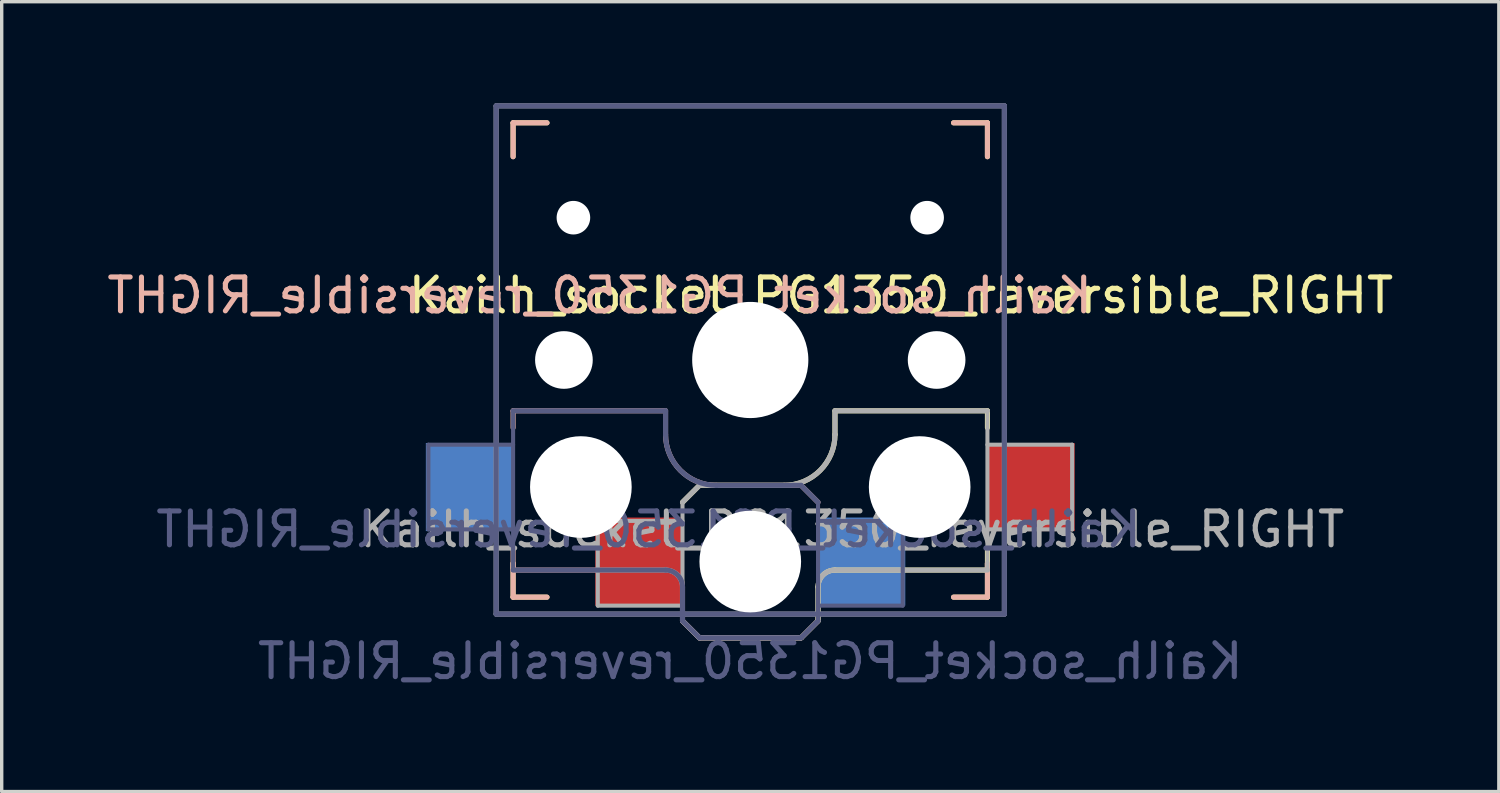
<source format=kicad_pcb>
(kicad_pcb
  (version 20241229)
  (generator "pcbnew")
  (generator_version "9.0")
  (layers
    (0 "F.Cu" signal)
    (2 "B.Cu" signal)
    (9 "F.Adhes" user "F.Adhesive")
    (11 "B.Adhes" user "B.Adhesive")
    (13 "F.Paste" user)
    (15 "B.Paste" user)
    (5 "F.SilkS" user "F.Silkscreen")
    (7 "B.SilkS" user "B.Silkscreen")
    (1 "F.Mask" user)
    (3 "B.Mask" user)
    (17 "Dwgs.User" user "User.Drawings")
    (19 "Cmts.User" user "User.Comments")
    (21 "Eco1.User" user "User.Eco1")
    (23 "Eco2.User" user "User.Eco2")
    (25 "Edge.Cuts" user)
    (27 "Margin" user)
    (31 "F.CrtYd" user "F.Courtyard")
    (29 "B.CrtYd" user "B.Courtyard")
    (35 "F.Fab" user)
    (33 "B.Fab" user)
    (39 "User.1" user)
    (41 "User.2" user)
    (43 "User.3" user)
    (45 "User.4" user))
  (footprint "Kailh_socket_PG1350_reversible_RIGHT"
    (layer "F.Cu")
    (at 19.094 7.575)
    (property "Reference" "Kailh_socket_PG1350_reversible_RIGHT" (at 4.445 -1.905 0) (layer "F.SilkS") (effects (font (size 1 1) (thickness 0.15))))
    (property "Value" "Kailh_socket_PG1350_reversible_RIGHT" (at 0 8.89 0) (layer "F.Fab") (hide yes) (effects (font (size 1 1) (thickness 0.15))))
    (attr smd)
    (fp_line (start -7 -7) (end -6 -7) (stroke (width 0.15) (type solid)) (layer "F.SilkS"))
    (fp_line (start -7 -6) (end -7 -7) (stroke (width 0.15) (type solid)) (layer "F.SilkS"))
    (fp_line (start -7 7) (end -7 6) (stroke (width 0.15) (type solid)) (layer "F.SilkS"))
    (fp_line (start -6 7) (end -7 7) (stroke (width 0.15) (type solid)) (layer "F.SilkS"))
    (fp_line (start -2 4.2) (end -1.5 3.7) (stroke (width 0.15) (type solid)) (layer "F.SilkS"))
    (fp_line (start -2 7.7) (end -1.5 8.2) (stroke (width 0.15) (type solid)) (layer "F.SilkS"))
    (fp_line (start -1.5 3.7) (end 1 3.7) (stroke (width 0.15) (type solid)) (layer "F.SilkS"))
    (fp_line (start -1.5 8.2) (end 1.5 8.2) (stroke (width 0.15) (type solid)) (layer "F.SilkS"))
    (fp_line (start 1.5 8.2) (end 2 7.7) (stroke (width 0.15) (type solid)) (layer "F.SilkS"))
    (fp_line (start 2 6.7) (end 2 7.7) (stroke (width 0.15) (type solid)) (layer "F.SilkS"))
    (fp_line (start 2.5 1.5) (end 7 1.5) (stroke (width 0.15) (type solid)) (layer "F.SilkS"))
    (fp_line (start 2.5 2.2) (end 2.5 1.5) (stroke (width 0.15) (type solid)) (layer "F.SilkS"))
    (fp_line (start 6 -7) (end 7 -7) (stroke (width 0.15) (type solid)) (layer "F.SilkS"))
    (fp_line (start 7 -7) (end 7 -6) (stroke (width 0.15) (type solid)) (layer "F.SilkS"))
    (fp_line (start 7 1.5) (end 7 2) (stroke (width 0.15) (type solid)) (layer "F.SilkS"))
    (fp_line (start 7 5.6) (end 7 6.2) (stroke (width 0.15) (type solid)) (layer "F.SilkS"))
    (fp_line (start 7 6) (end 7 7) (stroke (width 0.15) (type solid)) (layer "F.SilkS"))
    (fp_line (start 7 6.2) (end 2.5 6.2) (stroke (width 0.15) (type solid)) (layer "F.SilkS"))
    (fp_line (start 7 7) (end 6 7) (stroke (width 0.15) (type solid)) (layer "F.SilkS"))
    (fp_arc (start 2 6.7) (mid 2.146447 6.346447) (end 2.5 6.2) (stroke (width 0.15) (type solid)) (layer "F.SilkS"))
    (fp_arc (start 2.5 2.2) (mid 2.06066 3.26066) (end 1 3.7) (stroke (width 0.15) (type solid)) (layer "F.SilkS"))
    (fp_line (start -7 -7) (end -6 -7) (stroke (width 0.15) (type solid)) (layer "B.SilkS"))
    (fp_line (start -7 -6) (end -7 -7) (stroke (width 0.15) (type solid)) (layer "B.SilkS"))
    (fp_line (start -7 1.5) (end -7 2) (stroke (width 0.15) (type solid)) (layer "B.SilkS"))
    (fp_line (start -7 5.6) (end -7 6.2) (stroke (width 0.15) (type solid)) (layer "B.SilkS"))
    (fp_line (start -7 6.2) (end -2.5 6.2) (stroke (width 0.15) (type solid)) (layer "B.SilkS"))
    (fp_line (start -7 7) (end -7 6) (stroke (width 0.15) (type solid)) (layer "B.SilkS"))
    (fp_line (start -6 7) (end -7 7) (stroke (width 0.15) (type solid)) (layer "B.SilkS"))
    (fp_line (start -2.5 1.5) (end -7 1.5) (stroke (width 0.15) (type solid)) (layer "B.SilkS"))
    (fp_line (start -2.5 2.2) (end -2.5 1.5) (stroke (width 0.15) (type solid)) (layer "B.SilkS"))
    (fp_line (start -2 6.7) (end -2 7.7) (stroke (width 0.15) (type solid)) (layer "B.SilkS"))
    (fp_line (start -1.5 8.2) (end -2 7.7) (stroke (width 0.15) (type solid)) (layer "B.SilkS"))
    (fp_line (start 1.5 3.7) (end -1 3.7) (stroke (width 0.15) (type solid)) (layer "B.SilkS"))
    (fp_line (start 1.5 8.2) (end -1.5 8.2) (stroke (width 0.15) (type solid)) (layer "B.SilkS"))
    (fp_line (start 2 4.2) (end 1.5 3.7) (stroke (width 0.15) (type solid)) (layer "B.SilkS"))
    (fp_line (start 2 7.7) (end 1.5 8.2) (stroke (width 0.15) (type solid)) (layer "B.SilkS"))
    (fp_line (start 6 -7) (end 7 -7) (stroke (width 0.15) (type solid)) (layer "B.SilkS"))
    (fp_line (start 7 -7) (end 7 -6) (stroke (width 0.15) (type solid)) (layer "B.SilkS"))
    (fp_line (start 7 6) (end 7 7) (stroke (width 0.15) (type solid)) (layer "B.SilkS"))
    (fp_line (start 7 7) (end 6 7) (stroke (width 0.15) (type solid)) (layer "B.SilkS"))
    (fp_arc (start -2.5 6.2) (mid -2.146447 6.346447) (end -2 6.7) (stroke (width 0.15) (type solid)) (layer "B.SilkS"))
    (fp_arc (start -1 3.7) (mid -2.06066 3.26066) (end -2.5 2.2) (stroke (width 0.15) (type solid)) (layer "B.SilkS"))
    (fp_line (start -6.9 6.9) (end -6.9 -6.9) (stroke (width 0.15) (type solid)) (layer "Eco2.User"))
    (fp_line (start -6.9 6.9) (end 6.9 6.9) (stroke (width 0.15) (type solid)) (layer "Eco2.User"))
    (fp_line (start -2.6 -3.1) (end -2.6 -6.3) (stroke (width 0.15) (type solid)) (layer "Eco2.User"))
    (fp_line (start -2.6 -3.1) (end 2.6 -3.1) (stroke (width 0.15) (type solid)) (layer "Eco2.User"))
    (fp_line (start 2.6 -6.3) (end -2.6 -6.3) (stroke (width 0.15) (type solid)) (layer "Eco2.User"))
    (fp_line (start 2.6 -3.1) (end 2.6 -6.3) (stroke (width 0.15) (type solid)) (layer "Eco2.User"))
    (fp_line (start 6.9 -6.9) (end -6.9 -6.9) (stroke (width 0.15) (type solid)) (layer "Eco2.User"))
    (fp_line (start 6.9 -6.9) (end 6.9 6.9) (stroke (width 0.15) (type solid)) (layer "Eco2.User"))
    (fp_line (start -9.5 2.5) (end -7 2.5) (stroke (width 0.12) (type solid)) (layer "B.Fab"))
    (fp_line (start -9.5 5) (end -9.5 2.5) (stroke (width 0.12) (type solid)) (layer "B.Fab"))
    (fp_line (start -7.5 -7.5) (end 7.5 -7.5) (stroke (width 0.15) (type solid)) (layer "B.Fab"))
    (fp_line (start -7.5 7.5) (end -7.5 -7.5) (stroke (width 0.15) (type solid)) (layer "B.Fab"))
    (fp_line (start -7 1.5) (end -7 6.2) (stroke (width 0.12) (type solid)) (layer "B.Fab"))
    (fp_line (start -7 5) (end -9.5 5) (stroke (width 0.12) (type solid)) (layer "B.Fab"))
    (fp_line (start -7 6.2) (end -2.5 6.2) (stroke (width 0.15) (type solid)) (layer "B.Fab"))
    (fp_line (start -2.5 1.5) (end -7 1.5) (stroke (width 0.15) (type solid)) (layer "B.Fab"))
    (fp_line (start -2.5 2.2) (end -2.5 1.5) (stroke (width 0.15) (type solid)) (layer "B.Fab"))
    (fp_line (start -2 6.7) (end -2 7.7) (stroke (width 0.15) (type solid)) (layer "B.Fab"))
    (fp_line (start -1.5 8.2) (end -2 7.7) (stroke (width 0.15) (type solid)) (layer "B.Fab"))
    (fp_line (start 1.5 3.7) (end -1 3.7) (stroke (width 0.15) (type solid)) (layer "B.Fab"))
    (fp_line (start 1.5 8.2) (end -1.5 8.2) (stroke (width 0.15) (type solid)) (layer "B.Fab"))
    (fp_line (start 2 4.2) (end 1.5 3.7) (stroke (width 0.15) (type solid)) (layer "B.Fab"))
    (fp_line (start 2 4.25) (end 2 7.7) (stroke (width 0.12) (type solid)) (layer "B.Fab"))
    (fp_line (start 2 4.75) (end 4.5 4.75) (stroke (width 0.12) (type solid)) (layer "B.Fab"))
    (fp_line (start 2 7.7) (end 1.5 8.2) (stroke (width 0.15) (type solid)) (layer "B.Fab"))
    (fp_line (start 4.5 4.75) (end 4.5 7.25) (stroke (width 0.12) (type solid)) (layer "B.Fab"))
    (fp_line (start 4.5 7.25) (end 2 7.25) (stroke (width 0.12) (type solid)) (layer "B.Fab"))
    (fp_line (start 7.5 -7.5) (end 7.5 7.5) (stroke (width 0.15) (type solid)) (layer "B.Fab"))
    (fp_line (start 7.5 7.5) (end -7.5 7.5) (stroke (width 0.15) (type solid)) (layer "B.Fab"))
    (fp_arc (start -2.5 6.2) (mid -2.146447 6.346447) (end -2 6.7) (stroke (width 0.15) (type solid)) (layer "B.Fab"))
    (fp_arc (start -1 3.7) (mid -2.06066 3.26066) (end -2.5 2.2) (stroke (width 0.15) (type solid)) (layer "B.Fab"))
    (fp_line (start -7.5 -7.5) (end 7.5 -7.5) (stroke (width 0.15) (type solid)) (layer "F.Fab"))
    (fp_line (start -7.5 7.5) (end -7.5 -7.5) (stroke (width 0.15) (type solid)) (layer "F.Fab"))
    (fp_line (start -4.5 4.75) (end -4.5 7.25) (stroke (width 0.12) (type solid)) (layer "F.Fab"))
    (fp_line (start -4.5 7.25) (end -2 7.25) (stroke (width 0.12) (type solid)) (layer "F.Fab"))
    (fp_line (start -2 4.2) (end -1.5 3.7) (stroke (width 0.15) (type solid)) (layer "F.Fab"))
    (fp_line (start -2 4.25) (end -2 7.7) (stroke (width 0.12) (type solid)) (layer "F.Fab"))
    (fp_line (start -2 4.75) (end -4.5 4.75) (stroke (width 0.12) (type solid)) (layer "F.Fab"))
    (fp_line (start -2 7.7) (end -1.5 8.2) (stroke (width 0.15) (type solid)) (layer "F.Fab"))
    (fp_line (start -1.5 3.7) (end 1 3.7) (stroke (width 0.15) (type solid)) (layer "F.Fab"))
    (fp_line (start -1.5 8.2) (end 1.5 8.2) (stroke (width 0.15) (type solid)) (layer "F.Fab"))
    (fp_line (start 1.5 8.2) (end 2 7.7) (stroke (width 0.15) (type solid)) (layer "F.Fab"))
    (fp_line (start 2 6.7) (end 2 7.7) (stroke (width 0.15) (type solid)) (layer "F.Fab"))
    (fp_line (start 2.5 1.5) (end 7 1.5) (stroke (width 0.15) (type solid)) (layer "F.Fab"))
    (fp_line (start 2.5 2.2) (end 2.5 1.5) (stroke (width 0.15) (type solid)) (layer "F.Fab"))
    (fp_line (start 7 1.5) (end 7 6.2) (stroke (width 0.12) (type solid)) (layer "F.Fab"))
    (fp_line (start 7 5) (end 9.5 5) (stroke (width 0.12) (type solid)) (layer "F.Fab"))
    (fp_line (start 7 6.2) (end 2.5 6.2) (stroke (width 0.15) (type solid)) (layer "F.Fab"))
    (fp_line (start 7.5 -7.5) (end 7.5 7.5) (stroke (width 0.15) (type solid)) (layer "F.Fab"))
    (fp_line (start 7.5 7.5) (end -7.5 7.5) (stroke (width 0.15) (type solid)) (layer "F.Fab"))
    (fp_line (start 9.5 2.5) (end 7 2.5) (stroke (width 0.12) (type solid)) (layer "F.Fab"))
    (fp_line (start 9.5 5) (end 9.5 2.5) (stroke (width 0.12) (type solid)) (layer "F.Fab"))
    (fp_arc (start 2 6.7) (mid 2.146447 6.346447) (end 2.5 6.2) (stroke (width 0.15) (type solid)) (layer "F.Fab"))
    (fp_arc (start 2.5 2.2) (mid 2.06066 3.26066) (end 1 3.7) (stroke (width 0.15) (type solid)) (layer "F.Fab"))
    (fp_text user "${REFERENCE}" (at -4.445 -1.905 0) (layer "B.SilkS") (effects (font (size 1 1) (thickness 0.15)) (justify mirror)))
    (fp_text user "${REFERENCE}" (at -3 5 0) (layer "B.Fab") (effects (font (size 1 1) (thickness 0.15)) (justify mirror)))
    (fp_text user "${VALUE}" (at 0 8.89 0) (layer "B.Fab") (effects (font (size 1 1) (thickness 0.15)) (justify mirror)))
    (fp_text user "${REFERENCE}" (at 3 5 180) (layer "F.Fab") (effects (font (size 1 1) (thickness 0.15))))
    (pad "" np_thru_hole circle (at -5.5 0) (size 1.702 1.702) (drill 1.702) (layers "*.Cu" "*.Mask"))
    (pad "" np_thru_hole circle (at -5.22 -4.2) (size 0.991 0.991) (drill 0.991) (layers "*.Cu" "*.Mask"))
    (pad "" np_thru_hole circle (at -5 3.75) (size 3 3) (drill 3) (layers "*.Cu" "*.Mask"))
    (pad "" np_thru_hole circle (at 0 0) (size 3.429 3.429) (drill 3.429) (layers "*.Cu" "*.Mask"))
    (pad "" np_thru_hole circle (at 0 5.95) (size 3 3) (drill 3) (layers "*.Cu" "*.Mask"))
    (pad "" np_thru_hole circle (at 5 3.75) (size 3 3) (drill 3) (layers "*.Cu" "*.Mask"))
    (pad "" np_thru_hole circle (at 5.22 -4.2) (size 0.991 0.991) (drill 0.991) (layers "*.Cu" "*.Mask"))
    (pad "" np_thru_hole circle (at 5.5 0) (size 1.702 1.702) (drill 1.702) (layers "*.Cu" "*.Mask"))
    (pad "1" smd rect (at -3.275 5.95) (size 2.6 2.6) (layers "F.Cu" "F.Mask" "F.Paste"))
    (pad "1" smd rect (at 3.275 5.95) (size 2.6 2.6) (layers "B.Cu" "B.Mask" "B.Paste"))
    (pad "2" smd rect (at -8.275 3.75) (size 2.6 2.6) (layers "B.Cu" "B.Mask" "B.Paste"))
    (pad "2" smd rect (at 8.275 3.75) (size 2.6 2.6) (layers "F.Cu" "F.Mask" "F.Paste")))
  (gr_rect
    (start -3 -3)
    (end 41.188 20.313)
    (stroke (width 0.1) (type default))
    (fill no)
    (layer "Edge.Cuts")))
</source>
